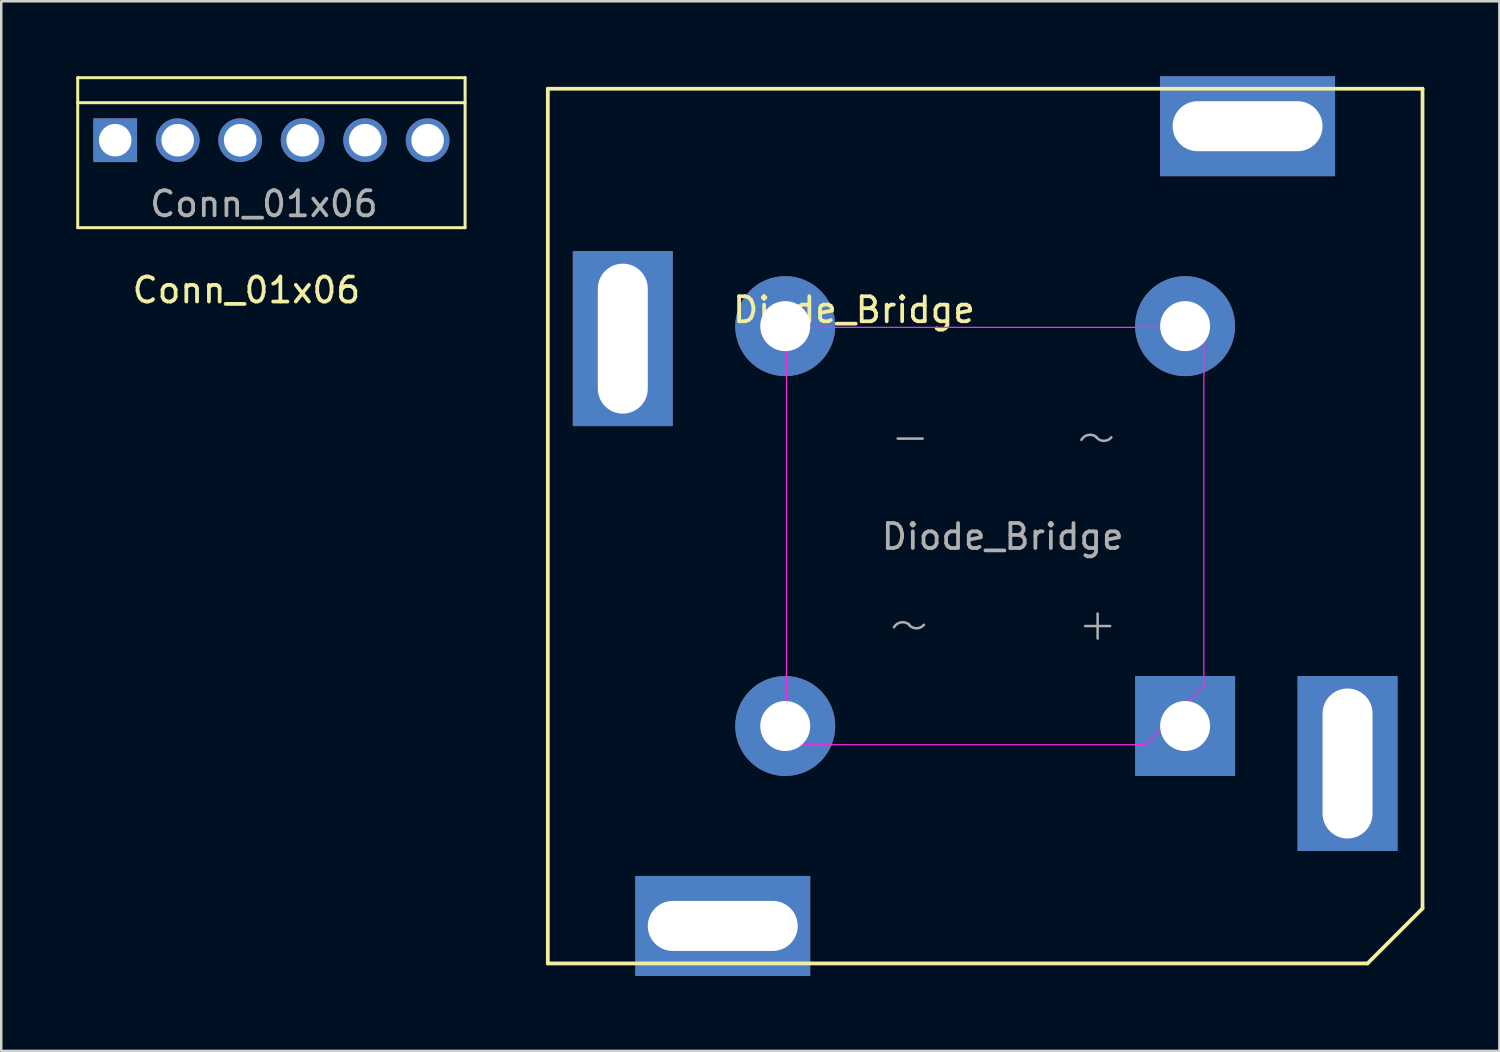
<source format=kicad_pcb>
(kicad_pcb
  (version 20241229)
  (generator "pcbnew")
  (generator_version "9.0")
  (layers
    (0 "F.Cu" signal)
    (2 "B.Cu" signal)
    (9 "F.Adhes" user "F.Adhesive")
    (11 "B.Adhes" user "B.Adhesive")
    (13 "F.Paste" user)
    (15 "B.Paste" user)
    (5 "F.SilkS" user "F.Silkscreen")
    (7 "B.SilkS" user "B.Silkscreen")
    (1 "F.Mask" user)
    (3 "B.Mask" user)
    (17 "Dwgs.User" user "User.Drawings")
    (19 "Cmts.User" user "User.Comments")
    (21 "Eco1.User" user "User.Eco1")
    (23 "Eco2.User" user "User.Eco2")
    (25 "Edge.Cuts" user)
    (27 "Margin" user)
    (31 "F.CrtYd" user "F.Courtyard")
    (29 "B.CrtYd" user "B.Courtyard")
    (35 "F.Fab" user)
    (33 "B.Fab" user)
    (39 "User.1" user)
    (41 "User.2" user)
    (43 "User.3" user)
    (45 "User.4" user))
  (footprint "Conn_01x06"
    (layer "F.Cu")
    (at 1.56 2.56)
    (property "Reference" "Conn_01x06" (at 5.25 6 0) (layer "F.SilkS") (effects (font (size 1 1) (thickness 0.15))))
    (attr through_hole)
    (fp_line (start -1.5 -2.5) (end -1.5 3.5) (stroke (width 0.12) (type solid)) (layer "F.SilkS"))
    (fp_line (start -1.5 -1.5) (end 14 -1.5) (stroke (width 0.12) (type solid)) (layer "F.SilkS"))
    (fp_line (start -1.5 3.5) (end 14 3.5) (stroke (width 0.12) (type solid)) (layer "F.SilkS"))
    (fp_line (start 14 -2.5) (end -1.5 -2.5) (stroke (width 0.12) (type solid)) (layer "F.SilkS"))
    (fp_line (start 14 -2.5) (end 14 3.5) (stroke (width 0.12) (type solid)) (layer "F.SilkS"))
    (fp_text user "${REFERENCE}" (at 5.95 2.55 0) (layer "F.Fab") (effects (font (size 1 1) (thickness 0.15))))
    (pad "1" thru_hole rect (at 0 0) (size 1.75 1.75) (drill 1.3) (layers "*.Cu" "*.Mask"))
    (pad "2" thru_hole circle (at 2.5 0) (size 1.75 1.75) (drill 1.3) (layers "*.Cu" "*.Mask"))
    (pad "3" thru_hole circle (at 5 0) (size 1.75 1.75) (drill 1.3) (layers "*.Cu" "*.Mask"))
    (pad "4" thru_hole circle (at 7.5 0) (size 1.75 1.75) (drill 1.3) (layers "*.Cu" "*.Mask"))
    (pad "5" thru_hole circle (at 10 0) (size 1.75 1.75) (drill 1.3) (layers "*.Cu" "*.Mask"))
    (pad "6" thru_hole circle (at 12.5 0) (size 1.75 1.75) (drill 1.3) (layers "*.Cu" "*.Mask")))
  (footprint "Diode_Bridge"
    (layer "F.Cu")
    (at 18.87 0.5)
    (property "Reference" "Diode_Bridge" (at 12.25 8.85 0) (layer "F.SilkS") (effects (font (size 1 1) (thickness 0.15))))
    (attr through_hole)
    (fp_line (start 0 0) (end 35 0) (stroke (width 0.15) (type solid)) (layer "F.SilkS"))
    (fp_line (start 0 35) (end 0 0) (stroke (width 0.15) (type solid)) (layer "F.SilkS"))
    (fp_line (start 32.8 35) (end 0 35) (stroke (width 0.15) (type solid)) (layer "F.SilkS"))
    (fp_line (start 35 0) (end 35 32.8) (stroke (width 0.15) (type solid)) (layer "F.SilkS"))
    (fp_line (start 35 32.8) (end 32.8 35) (stroke (width 0.15) (type solid)) (layer "F.SilkS"))
    (fp_line (start 9.55 9.55) (end 26.25 9.55) (stroke (width 0.05) (type solid)) (layer "F.CrtYd"))
    (fp_line (start 9.55 26.25) (end 9.55 9.55) (stroke (width 0.05) (type solid)) (layer "F.CrtYd"))
    (fp_line (start 23.9 26.25) (end 9.55 26.25) (stroke (width 0.05) (type solid)) (layer "F.CrtYd"))
    (fp_line (start 26.25 9.55) (end 26.25 23.9) (stroke (width 0.05) (type solid)) (layer "F.CrtYd"))
    (fp_line (start 26.25 23.9) (end 23.9 26.25) (stroke (width 0.05) (type solid)) (layer "F.CrtYd"))
    (fp_line (start 15 14) (end 14 14) (stroke (width 0.1) (type solid)) (layer "F.Fab"))
    (fp_line (start 21.5 21.5) (end 22.5 21.5) (stroke (width 0.1) (type solid)) (layer "F.Fab"))
    (fp_line (start 22 21) (end 22 22) (stroke (width 0.1) (type solid)) (layer "F.Fab"))
    (fp_arc (start 13.85 21.55) (mid 14.128233 21.353327) (end 14.457738 21.440047) (stroke (width 0.1) (type solid)) (layer "F.Fab"))
    (fp_arc (start 15.05 21.45) (mid 14.751325 21.59051) (end 14.451704 21.45203) (stroke (width 0.1) (type solid)) (layer "F.Fab"))
    (fp_arc (start 21.35 14.05) (mid 21.628233 13.853327) (end 21.957738 13.940047) (stroke (width 0.1) (type solid)) (layer "F.Fab"))
    (fp_arc (start 22.55 13.95) (mid 22.251325 14.09051) (end 21.951704 13.95203) (stroke (width 0.1) (type solid)) (layer "F.Fab"))
    (fp_text user "${REFERENCE}" (at 18.2 17.923 0) (layer "F.Fab") (effects (font (size 1 1) (thickness 0.15))))
    (pad "1" thru_hole rect (at 3 10 90) (size 7 4) (drill oval 6 2) (layers "B.Cu" "B.Mask"))
    (pad "1" thru_hole circle (at 9.5 9.5) (size 4 4) (drill 2) (layers "B.Cu" "B.Mask"))
    (pad "2" thru_hole rect (at 7 33.5 180) (size 7 4) (drill oval 6 2) (layers "B.Cu" "B.Mask"))
    (pad "2" thru_hole circle (at 9.5 25.5) (size 4 4) (drill 2) (layers "B.Cu" "B.Mask"))
    (pad "3" thru_hole rect (at 25.5 25.5) (size 4 4) (drill 2) (layers "B.Cu" "B.Mask"))
    (pad "3" thru_hole rect (at 32 27 90) (size 7 4) (drill oval 6 2) (layers "B.Cu" "B.Mask"))
    (pad "4" thru_hole circle (at 25.5 9.5) (size 4 4) (drill 2) (layers "B.Cu" "B.Mask"))
    (pad "4" thru_hole rect (at 28 1.5 180) (size 7 4) (drill oval 6 2) (layers "B.Cu" "B.Mask")))
  (gr_rect
    (start -3 -3)
    (end 56.945 39)
    (stroke (width 0.1) (type default))
    (fill no)
    (layer "Edge.Cuts")))
</source>
